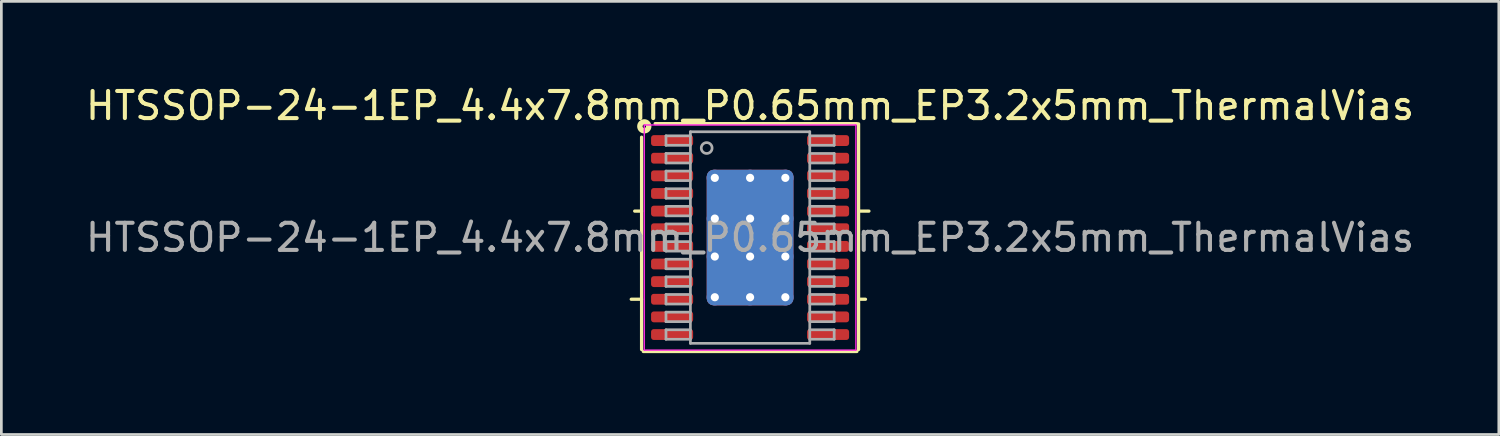
<source format=kicad_pcb>
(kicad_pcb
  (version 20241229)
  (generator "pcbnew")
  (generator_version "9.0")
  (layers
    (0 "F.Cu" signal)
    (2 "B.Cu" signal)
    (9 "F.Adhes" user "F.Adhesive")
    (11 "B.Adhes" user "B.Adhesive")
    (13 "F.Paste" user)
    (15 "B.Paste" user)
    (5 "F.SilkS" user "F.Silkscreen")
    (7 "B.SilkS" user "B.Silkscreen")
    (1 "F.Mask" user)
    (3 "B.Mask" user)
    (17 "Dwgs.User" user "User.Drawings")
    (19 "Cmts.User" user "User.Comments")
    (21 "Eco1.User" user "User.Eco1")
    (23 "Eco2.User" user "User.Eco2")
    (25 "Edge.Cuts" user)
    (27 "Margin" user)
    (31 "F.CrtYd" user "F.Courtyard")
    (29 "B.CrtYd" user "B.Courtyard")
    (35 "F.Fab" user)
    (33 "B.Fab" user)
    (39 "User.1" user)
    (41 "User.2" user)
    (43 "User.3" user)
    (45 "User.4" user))
  (footprint "HTSSOP-24-1EP_4.4x7.8mm_P0.65mm_EP3.2x5mm_ThermalVias"
    (layer "F.Cu")
    (at 24.601 5.707)
    (property "Reference" "HTSSOP-24-1EP_4.4x7.8mm_P0.65mm_EP3.2x5mm_ThermalVias" (at 0 -4.859 0) (layer "F.SilkS") (effects (font (size 1 1) (thickness 0.15))))
    (attr smd)
    (fp_line (start -4 -0.975) (end -4.254 -0.975) (stroke (width 0.12) (type solid)) (layer "F.SilkS"))
    (fp_line (start -4 2.275) (end -4.381 2.275) (stroke (width 0.12) (type solid)) (layer "F.SilkS"))
    (fp_line (start -4 4.128) (end -4 -3.7) (stroke (width 0.12) (type solid)) (layer "F.SilkS"))
    (fp_line (start -3.5 -4.2) (end 3.937 -4.2) (stroke (width 0.12) (type solid)) (layer "F.SilkS"))
    (fp_line (start 3.937 4.2) (end -3.937 4.2) (stroke (width 0.12) (type solid)) (layer "F.SilkS"))
    (fp_line (start 4 -4.191) (end 4 4.128) (stroke (width 0.12) (type solid)) (layer "F.SilkS"))
    (fp_line (start 4 -0.975) (end 4.381 -0.975) (stroke (width 0.12) (type solid)) (layer "F.SilkS"))
    (fp_line (start 4 2.275) (end 4.254 2.275) (stroke (width 0.12) (type solid)) (layer "F.SilkS"))
    (fp_circle (center -3.9 -4.1) (end -3.837 -4.1) (stroke (width 0.2) (type solid)) (fill no) (layer "F.SilkS"))
    (fp_line (start -3.9 -4.15) (end -3.9 4.15) (stroke (width 0.05) (type solid)) (layer "F.CrtYd"))
    (fp_line (start -3.9 4.15) (end 3.9 4.15) (stroke (width 0.05) (type solid)) (layer "F.CrtYd"))
    (fp_line (start 3.9 -4.15) (end -3.9 -4.15) (stroke (width 0.05) (type solid)) (layer "F.CrtYd"))
    (fp_line (start 3.9 4.15) (end 3.9 -4.15) (stroke (width 0.05) (type solid)) (layer "F.CrtYd"))
    (fp_line (start -3.1 -3.75) (end -3.1 -3.4) (stroke (width 0.1) (type solid)) (layer "F.Fab"))
    (fp_line (start -3.1 -3.75) (end -2.2 -3.75) (stroke (width 0.1) (type solid)) (layer "F.Fab"))
    (fp_line (start -3.1 -3.4) (end -2.2 -3.4) (stroke (width 0.1) (type solid)) (layer "F.Fab"))
    (fp_line (start -3.1 -3.1) (end -3.1 -2.75) (stroke (width 0.1) (type solid)) (layer "F.Fab"))
    (fp_line (start -3.1 -3.1) (end -2.2 -3.1) (stroke (width 0.1) (type solid)) (layer "F.Fab"))
    (fp_line (start -3.1 -2.75) (end -2.2 -2.75) (stroke (width 0.1) (type solid)) (layer "F.Fab"))
    (fp_line (start -3.1 -2.45) (end -3.1 -2.1) (stroke (width 0.1) (type solid)) (layer "F.Fab"))
    (fp_line (start -3.1 -2.45) (end -2.2 -2.45) (stroke (width 0.1) (type solid)) (layer "F.Fab"))
    (fp_line (start -3.1 -2.1) (end -2.2 -2.1) (stroke (width 0.1) (type solid)) (layer "F.Fab"))
    (fp_line (start -3.1 -1.8) (end -3.1 -1.45) (stroke (width 0.1) (type solid)) (layer "F.Fab"))
    (fp_line (start -3.1 -1.8) (end -2.2 -1.8) (stroke (width 0.1) (type solid)) (layer "F.Fab"))
    (fp_line (start -3.1 -1.45) (end -2.2 -1.45) (stroke (width 0.1) (type solid)) (layer "F.Fab"))
    (fp_line (start -3.1 -1.15) (end -3.1 -0.8) (stroke (width 0.1) (type solid)) (layer "F.Fab"))
    (fp_line (start -3.1 -1.15) (end -2.2 -1.15) (stroke (width 0.1) (type solid)) (layer "F.Fab"))
    (fp_line (start -3.1 -0.8) (end -2.2 -0.8) (stroke (width 0.1) (type solid)) (layer "F.Fab"))
    (fp_line (start -3.1 -0.5) (end -3.1 -0.15) (stroke (width 0.1) (type solid)) (layer "F.Fab"))
    (fp_line (start -3.1 -0.5) (end -2.2 -0.5) (stroke (width 0.1) (type solid)) (layer "F.Fab"))
    (fp_line (start -3.1 -0.15) (end -2.2 -0.15) (stroke (width 0.1) (type solid)) (layer "F.Fab"))
    (fp_line (start -3.1 0.15) (end -3.1 0.5) (stroke (width 0.1) (type solid)) (layer "F.Fab"))
    (fp_line (start -3.1 0.15) (end -2.2 0.15) (stroke (width 0.1) (type solid)) (layer "F.Fab"))
    (fp_line (start -3.1 0.5) (end -2.2 0.5) (stroke (width 0.1) (type solid)) (layer "F.Fab"))
    (fp_line (start -3.1 0.8) (end -3.1 1.15) (stroke (width 0.1) (type solid)) (layer "F.Fab"))
    (fp_line (start -3.1 0.8) (end -2.2 0.8) (stroke (width 0.1) (type solid)) (layer "F.Fab"))
    (fp_line (start -3.1 1.15) (end -2.2 1.15) (stroke (width 0.1) (type solid)) (layer "F.Fab"))
    (fp_line (start -3.1 1.45) (end -3.1 1.8) (stroke (width 0.1) (type solid)) (layer "F.Fab"))
    (fp_line (start -3.1 1.45) (end -2.2 1.45) (stroke (width 0.1) (type solid)) (layer "F.Fab"))
    (fp_line (start -3.1 1.8) (end -2.2 1.8) (stroke (width 0.1) (type solid)) (layer "F.Fab"))
    (fp_line (start -3.1 2.1) (end -3.1 2.45) (stroke (width 0.1) (type solid)) (layer "F.Fab"))
    (fp_line (start -3.1 2.1) (end -2.2 2.1) (stroke (width 0.1) (type solid)) (layer "F.Fab"))
    (fp_line (start -3.1 2.45) (end -2.2 2.45) (stroke (width 0.1) (type solid)) (layer "F.Fab"))
    (fp_line (start -3.1 2.75) (end -3.1 3.1) (stroke (width 0.1) (type solid)) (layer "F.Fab"))
    (fp_line (start -3.1 2.75) (end -2.2 2.75) (stroke (width 0.1) (type solid)) (layer "F.Fab"))
    (fp_line (start -3.1 3.1) (end -2.2 3.1) (stroke (width 0.1) (type solid)) (layer "F.Fab"))
    (fp_line (start -3.1 3.4) (end -3.1 3.75) (stroke (width 0.1) (type solid)) (layer "F.Fab"))
    (fp_line (start -3.1 3.4) (end -2.2 3.4) (stroke (width 0.1) (type solid)) (layer "F.Fab"))
    (fp_line (start -3.1 3.75) (end -2.2 3.75) (stroke (width 0.1) (type solid)) (layer "F.Fab"))
    (fp_line (start -2.2 -3.9) (end 2.2 -3.9) (stroke (width 0.1) (type solid)) (layer "F.Fab"))
    (fp_line (start -2.2 3.9) (end -2.2 -3.9) (stroke (width 0.1) (type solid)) (layer "F.Fab"))
    (fp_line (start 2.2 -3.9) (end 2.2 3.9) (stroke (width 0.1) (type solid)) (layer "F.Fab"))
    (fp_line (start 2.2 3.9) (end -2.2 3.9) (stroke (width 0.1) (type solid)) (layer "F.Fab"))
    (fp_line (start 3.1 -3.75) (end 2.2 -3.75) (stroke (width 0.1) (type solid)) (layer "F.Fab"))
    (fp_line (start 3.1 -3.4) (end 2.2 -3.4) (stroke (width 0.1) (type solid)) (layer "F.Fab"))
    (fp_line (start 3.1 -3.4) (end 3.1 -3.75) (stroke (width 0.1) (type solid)) (layer "F.Fab"))
    (fp_line (start 3.1 -3.1) (end 2.2 -3.1) (stroke (width 0.1) (type solid)) (layer "F.Fab"))
    (fp_line (start 3.1 -2.75) (end 2.2 -2.75) (stroke (width 0.1) (type solid)) (layer "F.Fab"))
    (fp_line (start 3.1 -2.75) (end 3.1 -3.1) (stroke (width 0.1) (type solid)) (layer "F.Fab"))
    (fp_line (start 3.1 -2.45) (end 2.2 -2.45) (stroke (width 0.1) (type solid)) (layer "F.Fab"))
    (fp_line (start 3.1 -2.1) (end 2.2 -2.1) (stroke (width 0.1) (type solid)) (layer "F.Fab"))
    (fp_line (start 3.1 -2.1) (end 3.1 -2.45) (stroke (width 0.1) (type solid)) (layer "F.Fab"))
    (fp_line (start 3.1 -1.8) (end 2.2 -1.8) (stroke (width 0.1) (type solid)) (layer "F.Fab"))
    (fp_line (start 3.1 -1.45) (end 2.2 -1.45) (stroke (width 0.1) (type solid)) (layer "F.Fab"))
    (fp_line (start 3.1 -1.45) (end 3.1 -1.8) (stroke (width 0.1) (type solid)) (layer "F.Fab"))
    (fp_line (start 3.1 -1.15) (end 2.2 -1.15) (stroke (width 0.1) (type solid)) (layer "F.Fab"))
    (fp_line (start 3.1 -0.8) (end 2.2 -0.8) (stroke (width 0.1) (type solid)) (layer "F.Fab"))
    (fp_line (start 3.1 -0.8) (end 3.1 -1.15) (stroke (width 0.1) (type solid)) (layer "F.Fab"))
    (fp_line (start 3.1 -0.5) (end 2.2 -0.5) (stroke (width 0.1) (type solid)) (layer "F.Fab"))
    (fp_line (start 3.1 -0.15) (end 2.2 -0.15) (stroke (width 0.1) (type solid)) (layer "F.Fab"))
    (fp_line (start 3.1 -0.15) (end 3.1 -0.5) (stroke (width 0.1) (type solid)) (layer "F.Fab"))
    (fp_line (start 3.1 0.15) (end 2.2 0.15) (stroke (width 0.1) (type solid)) (layer "F.Fab"))
    (fp_line (start 3.1 0.5) (end 2.2 0.5) (stroke (width 0.1) (type solid)) (layer "F.Fab"))
    (fp_line (start 3.1 0.5) (end 3.1 0.15) (stroke (width 0.1) (type solid)) (layer "F.Fab"))
    (fp_line (start 3.1 0.8) (end 2.2 0.8) (stroke (width 0.1) (type solid)) (layer "F.Fab"))
    (fp_line (start 3.1 1.15) (end 2.2 1.15) (stroke (width 0.1) (type solid)) (layer "F.Fab"))
    (fp_line (start 3.1 1.15) (end 3.1 0.8) (stroke (width 0.1) (type solid)) (layer "F.Fab"))
    (fp_line (start 3.1 1.45) (end 2.2 1.45) (stroke (width 0.1) (type solid)) (layer "F.Fab"))
    (fp_line (start 3.1 1.8) (end 2.2 1.8) (stroke (width 0.1) (type solid)) (layer "F.Fab"))
    (fp_line (start 3.1 1.8) (end 3.1 1.45) (stroke (width 0.1) (type solid)) (layer "F.Fab"))
    (fp_line (start 3.1 2.1) (end 2.2 2.1) (stroke (width 0.1) (type solid)) (layer "F.Fab"))
    (fp_line (start 3.1 2.45) (end 2.2 2.45) (stroke (width 0.1) (type solid)) (layer "F.Fab"))
    (fp_line (start 3.1 2.45) (end 3.1 2.1) (stroke (width 0.1) (type solid)) (layer "F.Fab"))
    (fp_line (start 3.1 2.75) (end 2.2 2.75) (stroke (width 0.1) (type solid)) (layer "F.Fab"))
    (fp_line (start 3.1 3.1) (end 2.2 3.1) (stroke (width 0.1) (type solid)) (layer "F.Fab"))
    (fp_line (start 3.1 3.1) (end 3.1 2.75) (stroke (width 0.1) (type solid)) (layer "F.Fab"))
    (fp_line (start 3.1 3.4) (end 2.2 3.4) (stroke (width 0.1) (type solid)) (layer "F.Fab"))
    (fp_line (start 3.1 3.75) (end 2.2 3.75) (stroke (width 0.1) (type solid)) (layer "F.Fab"))
    (fp_line (start 3.1 3.75) (end 3.1 3.4) (stroke (width 0.1) (type solid)) (layer "F.Fab"))
    (fp_circle (center -1.6 -3.3) (end -1.4 -3.3) (stroke (width 0.1) (type solid)) (fill no) (layer "F.Fab"))
    (fp_text user "${REFERENCE}" (at 0 0 0) (layer "F.Fab") (effects (font (size 1 1) (thickness 0.15))))
    (pad "" smd roundrect (at -0.8 -1.67) (size 1.29 1.34) (layers "F.Paste") (roundrect_rratio 0.194))
    (pad "" smd roundrect (at -0.8 0) (size 1.29 1.34) (layers "F.Paste") (roundrect_rratio 0.194))
    (pad "" smd roundrect (at -0.8 1.67) (size 1.29 1.34) (layers "F.Paste") (roundrect_rratio 0.194))
    (pad "" smd roundrect (at 0.8 -1.67) (size 1.29 1.34) (layers "F.Paste") (roundrect_rratio 0.194))
    (pad "" smd roundrect (at 0.8 0) (size 1.29 1.34) (layers "F.Paste") (roundrect_rratio 0.194))
    (pad "" smd roundrect (at 0.8 1.67) (size 1.29 1.34) (layers "F.Paste") (roundrect_rratio 0.194))
    (pad "1" smd roundrect (at -2.875 -3.575) (size 1.55 0.4) (layers "F.Cu" "F.Mask" "F.Paste") (roundrect_rratio 0.25))
    (pad "2" smd roundrect (at -2.875 -2.925) (size 1.55 0.4) (layers "F.Cu" "F.Mask" "F.Paste") (roundrect_rratio 0.25))
    (pad "3" smd roundrect (at -2.875 -2.275) (size 1.55 0.4) (layers "F.Cu" "F.Mask" "F.Paste") (roundrect_rratio 0.25))
    (pad "4" smd roundrect (at -2.875 -1.625) (size 1.55 0.4) (layers "F.Cu" "F.Mask" "F.Paste") (roundrect_rratio 0.25))
    (pad "5" smd roundrect (at -2.875 -0.975) (size 1.55 0.4) (layers "F.Cu" "F.Mask" "F.Paste") (roundrect_rratio 0.25))
    (pad "6" smd roundrect (at -2.875 -0.325) (size 1.55 0.4) (layers "F.Cu" "F.Mask" "F.Paste") (roundrect_rratio 0.25))
    (pad "7" smd roundrect (at -2.875 0.325) (size 1.55 0.4) (layers "F.Cu" "F.Mask" "F.Paste") (roundrect_rratio 0.25))
    (pad "8" smd roundrect (at -2.875 0.975) (size 1.55 0.4) (layers "F.Cu" "F.Mask" "F.Paste") (roundrect_rratio 0.25))
    (pad "9" smd roundrect (at -2.875 1.625) (size 1.55 0.4) (layers "F.Cu" "F.Mask" "F.Paste") (roundrect_rratio 0.25))
    (pad "10" smd roundrect (at -2.875 2.275) (size 1.55 0.4) (layers "F.Cu" "F.Mask" "F.Paste") (roundrect_rratio 0.25))
    (pad "11" smd roundrect (at -2.875 2.925) (size 1.55 0.4) (layers "F.Cu" "F.Mask" "F.Paste") (roundrect_rratio 0.25))
    (pad "12" smd roundrect (at -2.875 3.575) (size 1.55 0.4) (layers "F.Cu" "F.Mask" "F.Paste") (roundrect_rratio 0.25))
    (pad "13" smd roundrect (at 2.875 3.575) (size 1.55 0.4) (layers "F.Cu" "F.Mask" "F.Paste") (roundrect_rratio 0.25))
    (pad "14" smd roundrect (at 2.875 2.925) (size 1.55 0.4) (layers "F.Cu" "F.Mask" "F.Paste") (roundrect_rratio 0.25))
    (pad "15" smd roundrect (at 2.875 2.275) (size 1.55 0.4) (layers "F.Cu" "F.Mask" "F.Paste") (roundrect_rratio 0.25))
    (pad "16" smd roundrect (at 2.875 1.625) (size 1.55 0.4) (layers "F.Cu" "F.Mask" "F.Paste") (roundrect_rratio 0.25))
    (pad "17" smd roundrect (at 2.875 0.975) (size 1.55 0.4) (layers "F.Cu" "F.Mask" "F.Paste") (roundrect_rratio 0.25))
    (pad "18" smd roundrect (at 2.875 0.325) (size 1.55 0.4) (layers "F.Cu" "F.Mask" "F.Paste") (roundrect_rratio 0.25))
    (pad "19" smd roundrect (at 2.875 -0.325) (size 1.55 0.4) (layers "F.Cu" "F.Mask" "F.Paste") (roundrect_rratio 0.25))
    (pad "20" smd roundrect (at 2.875 -0.975) (size 1.55 0.4) (layers "F.Cu" "F.Mask" "F.Paste") (roundrect_rratio 0.25))
    (pad "21" smd roundrect (at 2.875 -1.625) (size 1.55 0.4) (layers "F.Cu" "F.Mask" "F.Paste") (roundrect_rratio 0.25))
    (pad "22" smd roundrect (at 2.875 -2.275) (size 1.55 0.4) (layers "F.Cu" "F.Mask" "F.Paste") (roundrect_rratio 0.25))
    (pad "23" smd roundrect (at 2.875 -2.925) (size 1.55 0.4) (layers "F.Cu" "F.Mask" "F.Paste") (roundrect_rratio 0.25))
    (pad "24" smd roundrect (at 2.875 -3.575) (size 1.55 0.4) (layers "F.Cu" "F.Mask" "F.Paste") (roundrect_rratio 0.25))
    (pad "25" thru_hole circle (at -1.3 -2.2) (size 0.6 0.6) (drill 0.3) (property pad_prop_heatsink) (layers "*.Cu"))
    (pad "25" thru_hole circle (at -1.3 -0.7) (size 0.6 0.6) (drill 0.3) (property pad_prop_heatsink) (layers "*.Cu"))
    (pad "25" thru_hole circle (at -1.3 0.7) (size 0.6 0.6) (drill 0.3) (property pad_prop_heatsink) (layers "*.Cu"))
    (pad "25" thru_hole circle (at -1.3 2.2) (size 0.6 0.6) (drill 0.3) (property pad_prop_heatsink) (layers "*.Cu"))
    (pad "25" thru_hole circle (at 0 -2.2) (size 0.6 0.6) (drill 0.3) (property pad_prop_heatsink) (layers "*.Cu"))
    (pad "25" thru_hole circle (at 0 -0.7) (size 0.6 0.6) (drill 0.3) (property pad_prop_heatsink) (layers "*.Cu"))
    (pad "25" smd roundrect (at 0 0) (size 3.2 5) (layers "F.Cu" "F.Mask") (roundrect_rratio 0.078))
    (pad "25" smd roundrect (at 0 0) (size 3.2 5) (layers "B.Cu" "B.Mask") (roundrect_rratio 0.078))
    (pad "25" thru_hole circle (at 0 0.7) (size 0.6 0.6) (drill 0.3) (property pad_prop_heatsink) (layers "*.Cu"))
    (pad "25" thru_hole circle (at 0 2.2) (size 0.6 0.6) (drill 0.3) (property pad_prop_heatsink) (layers "*.Cu"))
    (pad "25" thru_hole circle (at 1.3 -2.2) (size 0.6 0.6) (drill 0.3) (property pad_prop_heatsink) (layers "*.Cu"))
    (pad "25" thru_hole circle (at 1.3 -0.7) (size 0.6 0.6) (drill 0.3) (property pad_prop_heatsink) (layers "*.Cu"))
    (pad "25" thru_hole circle (at 1.3 0.7) (size 0.6 0.6) (drill 0.3) (property pad_prop_heatsink) (layers "*.Cu"))
    (pad "25" thru_hole circle (at 1.3 2.2) (size 0.6 0.6) (drill 0.3) (property pad_prop_heatsink) (layers "*.Cu")))
  (gr_rect
    (start -3 -3)
    (end 52.202 12.967)
    (stroke (width 0.1) (type default))
    (fill no)
    (layer "Edge.Cuts")))
</source>
